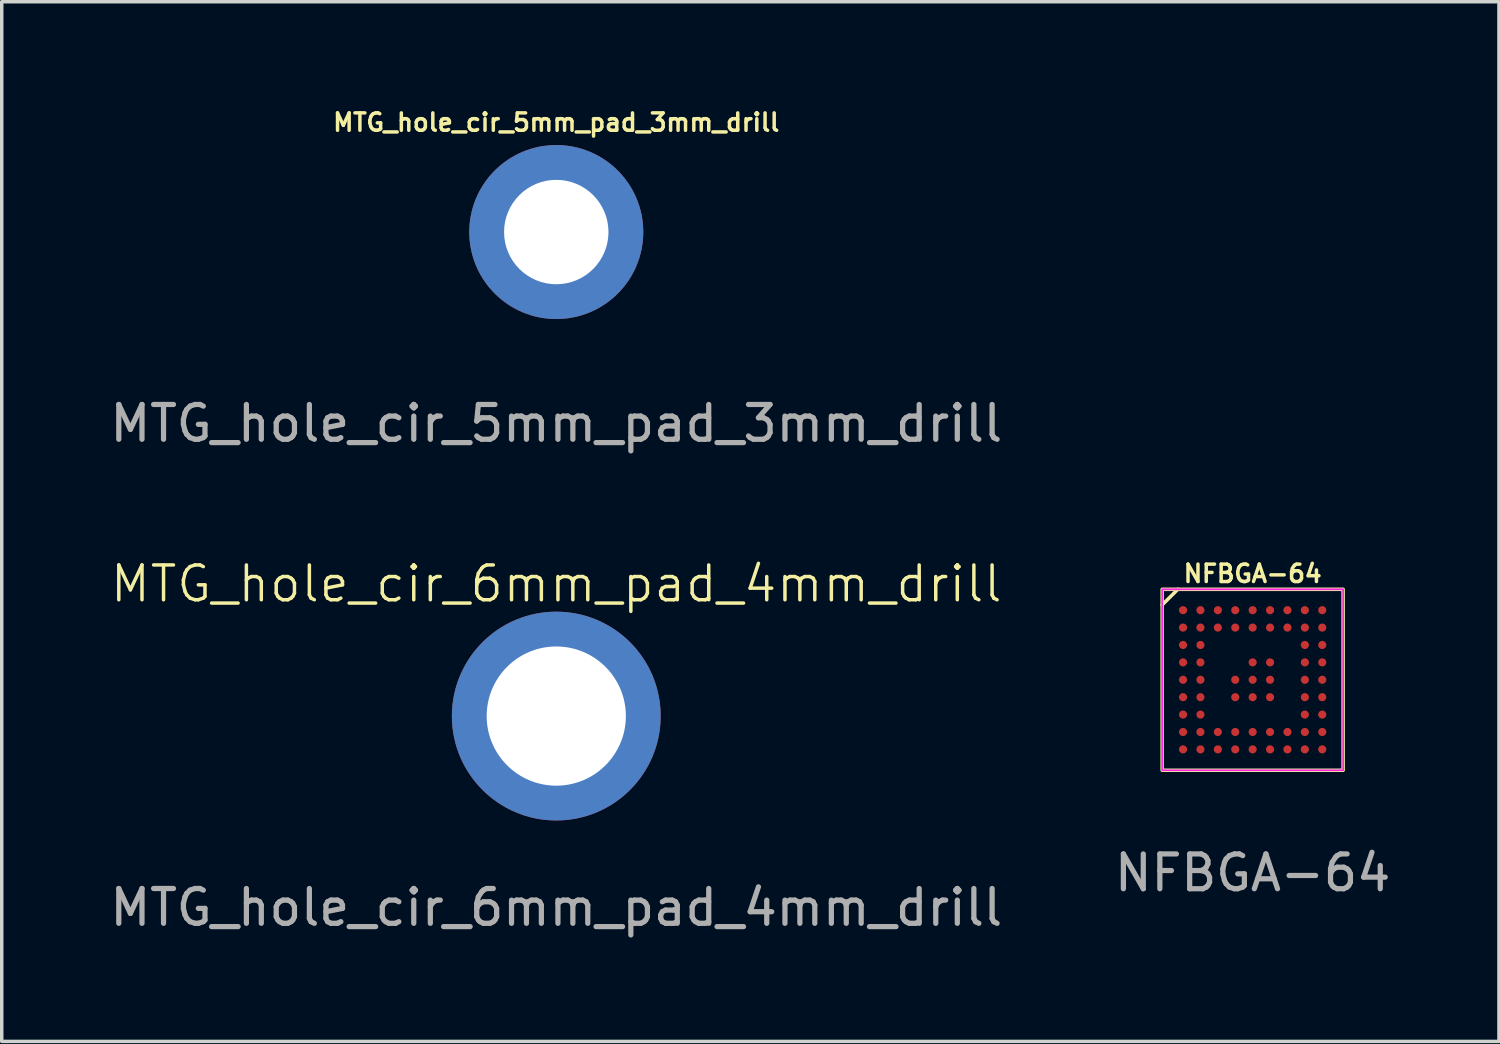
<source format=kicad_pcb>
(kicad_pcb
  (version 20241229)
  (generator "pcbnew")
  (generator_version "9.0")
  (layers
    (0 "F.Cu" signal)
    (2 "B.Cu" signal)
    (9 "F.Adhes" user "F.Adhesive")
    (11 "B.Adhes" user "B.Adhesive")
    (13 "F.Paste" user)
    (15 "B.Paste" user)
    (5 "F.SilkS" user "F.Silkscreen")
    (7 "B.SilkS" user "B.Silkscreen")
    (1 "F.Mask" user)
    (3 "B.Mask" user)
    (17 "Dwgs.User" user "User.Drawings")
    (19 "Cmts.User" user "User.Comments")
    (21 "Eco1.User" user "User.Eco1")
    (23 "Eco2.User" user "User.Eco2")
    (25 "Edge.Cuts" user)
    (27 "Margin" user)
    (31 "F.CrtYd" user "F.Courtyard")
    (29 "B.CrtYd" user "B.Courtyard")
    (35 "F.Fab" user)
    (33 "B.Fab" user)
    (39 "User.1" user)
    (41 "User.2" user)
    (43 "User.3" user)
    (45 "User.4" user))
  (footprint "MTG_hole_cir_5mm_pad_3mm_drill"
    (layer "F.Cu")
    (at 12.935 3.618)
    (property "Reference" "MTG_hole_cir_5mm_pad_3mm_drill" (at 0 -3.15 0) (unlocked yes) (layer "F.SilkS") (effects (font (size 0.5 0.5) (thickness 0.1))))
    (attr smd)
    (fp_text user "${REFERENCE}" (at 0 5.5 0) (unlocked yes) (layer "F.Fab") (effects (font (size 1 1) (thickness 0.15))))
    (pad "1" thru_hole circle (at 0 0) (size 5 5) (drill 3) (layers "*.Cu" "*.Mask")))
  (footprint "NFBGA-64"
    (layer "F.Cu")
    (at 32.946 16.484)
    (property "Reference" "NFBGA-64" (at 0 -3.05 0) (unlocked yes) (layer "F.SilkS") (effects (font (size 0.5 0.5) (thickness 0.1))))
    (attr smd)
    (fp_line (start -2.6 -2.15) (end -2.15 -2.6) (stroke (width 0.1) (type default)) (layer "F.SilkS"))
    (fp_rect (start -2.6 -2.6) (end 2.6 2.6) (stroke (width 0.1) (type default)) (fill no) (layer "F.SilkS"))
    (fp_rect (start -2.125 -2.125) (end -1.875 -1.875) (stroke (width 0.1) (type solid)) (fill yes) (layer "F.Paste"))
    (fp_rect (start -2.125 -1.625) (end -1.875 -1.375) (stroke (width 0.1) (type solid)) (fill yes) (layer "F.Paste"))
    (fp_rect (start -2.125 -1.125) (end -1.875 -0.875) (stroke (width 0.1) (type solid)) (fill yes) (layer "F.Paste"))
    (fp_rect (start -2.125 -0.625) (end -1.875 -0.375) (stroke (width 0.1) (type solid)) (fill yes) (layer "F.Paste"))
    (fp_rect (start -2.125 -0.125) (end -1.875 0.125) (stroke (width 0.1) (type solid)) (fill yes) (layer "F.Paste"))
    (fp_rect (start -2.125 0.375) (end -1.875 0.625) (stroke (width 0.1) (type solid)) (fill yes) (layer "F.Paste"))
    (fp_rect (start -2.125 0.875) (end -1.875 1.125) (stroke (width 0.1) (type solid)) (fill yes) (layer "F.Paste"))
    (fp_rect (start -2.125 1.375) (end -1.875 1.625) (stroke (width 0.1) (type solid)) (fill yes) (layer "F.Paste"))
    (fp_rect (start -2.125 1.875) (end -1.875 2.125) (stroke (width 0.1) (type solid)) (fill yes) (layer "F.Paste"))
    (fp_rect (start -1.625 -2.125) (end -1.375 -1.875) (stroke (width 0.1) (type solid)) (fill yes) (layer "F.Paste"))
    (fp_rect (start -1.625 -1.625) (end -1.375 -1.375) (stroke (width 0.1) (type solid)) (fill yes) (layer "F.Paste"))
    (fp_rect (start -1.625 -1.125) (end -1.375 -0.875) (stroke (width 0.1) (type solid)) (fill yes) (layer "F.Paste"))
    (fp_rect (start -1.625 -0.625) (end -1.375 -0.375) (stroke (width 0.1) (type solid)) (fill yes) (layer "F.Paste"))
    (fp_rect (start -1.625 -0.125) (end -1.375 0.125) (stroke (width 0.1) (type solid)) (fill yes) (layer "F.Paste"))
    (fp_rect (start -1.625 0.375) (end -1.375 0.625) (stroke (width 0.1) (type solid)) (fill yes) (layer "F.Paste"))
    (fp_rect (start -1.625 0.875) (end -1.375 1.125) (stroke (width 0.1) (type solid)) (fill yes) (layer "F.Paste"))
    (fp_rect (start -1.625 1.375) (end -1.375 1.625) (stroke (width 0.1) (type solid)) (fill yes) (layer "F.Paste"))
    (fp_rect (start -1.625 1.875) (end -1.375 2.125) (stroke (width 0.1) (type solid)) (fill yes) (layer "F.Paste"))
    (fp_rect (start -1.125 -2.125) (end -0.875 -1.875) (stroke (width 0.1) (type solid)) (fill yes) (layer "F.Paste"))
    (fp_rect (start -1.125 -1.625) (end -0.875 -1.375) (stroke (width 0.1) (type solid)) (fill yes) (layer "F.Paste"))
    (fp_rect (start -1.125 1.375) (end -0.875 1.625) (stroke (width 0.1) (type solid)) (fill yes) (layer "F.Paste"))
    (fp_rect (start -1.125 1.875) (end -0.875 2.125) (stroke (width 0.1) (type solid)) (fill yes) (layer "F.Paste"))
    (fp_rect (start -0.625 -2.125) (end -0.375 -1.875) (stroke (width 0.1) (type solid)) (fill yes) (layer "F.Paste"))
    (fp_rect (start -0.625 -1.625) (end -0.375 -1.375) (stroke (width 0.1) (type solid)) (fill yes) (layer "F.Paste"))
    (fp_rect (start -0.625 -0.125) (end -0.375 0.125) (stroke (width 0.1) (type solid)) (fill yes) (layer "F.Paste"))
    (fp_rect (start -0.625 0.375) (end -0.375 0.625) (stroke (width 0.1) (type solid)) (fill yes) (layer "F.Paste"))
    (fp_rect (start -0.625 1.375) (end -0.375 1.625) (stroke (width 0.1) (type solid)) (fill yes) (layer "F.Paste"))
    (fp_rect (start -0.625 1.875) (end -0.375 2.125) (stroke (width 0.1) (type solid)) (fill yes) (layer "F.Paste"))
    (fp_rect (start -0.125 -2.125) (end 0.125 -1.875) (stroke (width 0.1) (type solid)) (fill yes) (layer "F.Paste"))
    (fp_rect (start -0.125 -1.625) (end 0.125 -1.375) (stroke (width 0.1) (type solid)) (fill yes) (layer "F.Paste"))
    (fp_rect (start -0.125 -0.625) (end 0.125 -0.375) (stroke (width 0.1) (type solid)) (fill yes) (layer "F.Paste"))
    (fp_rect (start -0.125 -0.125) (end 0.125 0.125) (stroke (width 0.1) (type solid)) (fill yes) (layer "F.Paste"))
    (fp_rect (start -0.125 0.375) (end 0.125 0.625) (stroke (width 0.1) (type solid)) (fill yes) (layer "F.Paste"))
    (fp_rect (start -0.125 1.375) (end 0.125 1.625) (stroke (width 0.1) (type solid)) (fill yes) (layer "F.Paste"))
    (fp_rect (start -0.125 1.875) (end 0.125 2.125) (stroke (width 0.1) (type solid)) (fill yes) (layer "F.Paste"))
    (fp_rect (start 0.375 -2.125) (end 0.625 -1.875) (stroke (width 0.1) (type solid)) (fill yes) (layer "F.Paste"))
    (fp_rect (start 0.375 -1.625) (end 0.625 -1.375) (stroke (width 0.1) (type solid)) (fill yes) (layer "F.Paste"))
    (fp_rect (start 0.375 -0.625) (end 0.625 -0.375) (stroke (width 0.1) (type solid)) (fill yes) (layer "F.Paste"))
    (fp_rect (start 0.375 -0.125) (end 0.625 0.125) (stroke (width 0.1) (type solid)) (fill yes) (layer "F.Paste"))
    (fp_rect (start 0.375 0.375) (end 0.625 0.625) (stroke (width 0.1) (type solid)) (fill yes) (layer "F.Paste"))
    (fp_rect (start 0.375 1.375) (end 0.625 1.625) (stroke (width 0.1) (type solid)) (fill yes) (layer "F.Paste"))
    (fp_rect (start 0.375 1.875) (end 0.625 2.125) (stroke (width 0.1) (type solid)) (fill yes) (layer "F.Paste"))
    (fp_rect (start 0.875 -2.125) (end 1.125 -1.875) (stroke (width 0.1) (type solid)) (fill yes) (layer "F.Paste"))
    (fp_rect (start 0.875 -1.625) (end 1.125 -1.375) (stroke (width 0.1) (type solid)) (fill yes) (layer "F.Paste"))
    (fp_rect (start 0.875 1.375) (end 1.125 1.625) (stroke (width 0.1) (type solid)) (fill yes) (layer "F.Paste"))
    (fp_rect (start 0.875 1.875) (end 1.125 2.125) (stroke (width 0.1) (type solid)) (fill yes) (layer "F.Paste"))
    (fp_rect (start 1.375 -2.125) (end 1.625 -1.875) (stroke (width 0.1) (type solid)) (fill yes) (layer "F.Paste"))
    (fp_rect (start 1.375 -1.625) (end 1.625 -1.375) (stroke (width 0.1) (type solid)) (fill yes) (layer "F.Paste"))
    (fp_rect (start 1.375 -1.125) (end 1.625 -0.875) (stroke (width 0.1) (type solid)) (fill yes) (layer "F.Paste"))
    (fp_rect (start 1.375 -0.625) (end 1.625 -0.375) (stroke (width 0.1) (type solid)) (fill yes) (layer "F.Paste"))
    (fp_rect (start 1.375 -0.125) (end 1.625 0.125) (stroke (width 0.1) (type solid)) (fill yes) (layer "F.Paste"))
    (fp_rect (start 1.375 0.375) (end 1.625 0.625) (stroke (width 0.1) (type solid)) (fill yes) (layer "F.Paste"))
    (fp_rect (start 1.375 0.875) (end 1.625 1.125) (stroke (width 0.1) (type solid)) (fill yes) (layer "F.Paste"))
    (fp_rect (start 1.375 1.375) (end 1.625 1.625) (stroke (width 0.1) (type solid)) (fill yes) (layer "F.Paste"))
    (fp_rect (start 1.375 1.875) (end 1.625 2.125) (stroke (width 0.1) (type solid)) (fill yes) (layer "F.Paste"))
    (fp_rect (start 1.875 -2.125) (end 2.125 -1.875) (stroke (width 0.1) (type solid)) (fill yes) (layer "F.Paste"))
    (fp_rect (start 1.875 -1.625) (end 2.125 -1.375) (stroke (width 0.1) (type solid)) (fill yes) (layer "F.Paste"))
    (fp_rect (start 1.875 -1.125) (end 2.125 -0.875) (stroke (width 0.1) (type solid)) (fill yes) (layer "F.Paste"))
    (fp_rect (start 1.875 -0.625) (end 2.125 -0.375) (stroke (width 0.1) (type solid)) (fill yes) (layer "F.Paste"))
    (fp_rect (start 1.875 -0.125) (end 2.125 0.125) (stroke (width 0.1) (type solid)) (fill yes) (layer "F.Paste"))
    (fp_rect (start 1.875 0.375) (end 2.125 0.625) (stroke (width 0.1) (type solid)) (fill yes) (layer "F.Paste"))
    (fp_rect (start 1.875 0.875) (end 2.125 1.125) (stroke (width 0.1) (type solid)) (fill yes) (layer "F.Paste"))
    (fp_rect (start 1.875 1.375) (end 2.125 1.625) (stroke (width 0.1) (type solid)) (fill yes) (layer "F.Paste"))
    (fp_rect (start 1.875 1.875) (end 2.125 2.125) (stroke (width 0.1) (type solid)) (fill yes) (layer "F.Paste"))
    (fp_rect (start -2.6 -2.6) (end 2.6 2.6) (stroke (width 0.05) (type default)) (fill no) (layer "F.CrtYd"))
    (fp_text user "${REFERENCE}" (at 0 5.55 0) (unlocked yes) (layer "F.Fab") (effects (font (size 1 1) (thickness 0.15))))
    (pad "A1" smd circle (at -2 -2) (size 0.233 0.233) (property pad_prop_bga) (layers "F.Cu" "F.Mask" "F.Paste"))
    (pad "A2" smd circle (at -1.5 -2) (size 0.233 0.233) (property pad_prop_bga) (layers "F.Cu" "F.Mask" "F.Paste"))
    (pad "A3" smd circle (at -1 -2) (size 0.233 0.233) (property pad_prop_bga) (layers "F.Cu" "F.Mask" "F.Paste"))
    (pad "A4" smd circle (at -0.5 -2) (size 0.233 0.233) (property pad_prop_bga) (layers "F.Cu" "F.Mask" "F.Paste"))
    (pad "A5" smd circle (at 0 -2) (size 0.233 0.233) (property pad_prop_bga) (layers "F.Cu" "F.Mask" "F.Paste"))
    (pad "A6" smd circle (at 0.5 -2) (size 0.233 0.233) (property pad_prop_bga) (layers "F.Cu" "F.Mask" "F.Paste"))
    (pad "A7" smd circle (at 1 -2) (size 0.233 0.233) (property pad_prop_bga) (layers "F.Cu" "F.Mask" "F.Paste"))
    (pad "A8" smd circle (at 1.5 -2) (size 0.233 0.233) (property pad_prop_bga) (layers "F.Cu" "F.Mask" "F.Paste"))
    (pad "A9" smd circle (at 2 -2) (size 0.233 0.233) (property pad_prop_bga) (layers "F.Cu" "F.Mask" "F.Paste"))
    (pad "B1" smd circle (at -2 -1.5) (size 0.233 0.233) (property pad_prop_bga) (layers "F.Cu" "F.Mask" "F.Paste"))
    (pad "B2" smd circle (at -1.5 -1.5) (size 0.233 0.233) (property pad_prop_bga) (layers "F.Cu" "F.Mask" "F.Paste"))
    (pad "B3" smd circle (at -1 -1.5) (size 0.233 0.233) (property pad_prop_bga) (layers "F.Cu" "F.Mask" "F.Paste"))
    (pad "B4" smd circle (at -0.5 -1.5) (size 0.233 0.233) (property pad_prop_bga) (layers "F.Cu" "F.Mask" "F.Paste"))
    (pad "B5" smd circle (at 0 -1.5) (size 0.233 0.233) (property pad_prop_bga) (layers "F.Cu" "F.Mask" "F.Paste"))
    (pad "B6" smd circle (at 0.5 -1.5) (size 0.233 0.233) (property pad_prop_bga) (layers "F.Cu" "F.Mask" "F.Paste"))
    (pad "B7" smd circle (at 1 -1.5) (size 0.233 0.233) (property pad_prop_bga) (layers "F.Cu" "F.Mask" "F.Paste"))
    (pad "B8" smd circle (at 1.5 -1.5) (size 0.233 0.233) (property pad_prop_bga) (layers "F.Cu" "F.Mask" "F.Paste"))
    (pad "B9" smd circle (at 2 -1.5) (size 0.233 0.233) (property pad_prop_bga) (layers "F.Cu" "F.Mask" "F.Paste"))
    (pad "C1" smd circle (at -2 -1) (size 0.233 0.233) (property pad_prop_bga) (layers "F.Cu" "F.Mask" "F.Paste"))
    (pad "C2" smd circle (at -1.5 -1) (size 0.233 0.233) (property pad_prop_bga) (layers "F.Cu" "F.Mask" "F.Paste"))
    (pad "C8" smd circle (at 1.5 -1) (size 0.233 0.233) (property pad_prop_bga) (layers "F.Cu" "F.Mask" "F.Paste"))
    (pad "C9" smd circle (at 2 -1) (size 0.233 0.233) (property pad_prop_bga) (layers "F.Cu" "F.Mask" "F.Paste"))
    (pad "D1" smd circle (at -2 -0.5) (size 0.233 0.233) (property pad_prop_bga) (layers "F.Cu" "F.Mask" "F.Paste"))
    (pad "D2" smd circle (at -1.5 -0.5) (size 0.233 0.233) (property pad_prop_bga) (layers "F.Cu" "F.Mask" "F.Paste"))
    (pad "D5" smd circle (at 0 -0.5) (size 0.233 0.233) (property pad_prop_bga) (layers "F.Cu" "F.Mask" "F.Paste"))
    (pad "D6" smd circle (at 0.5 -0.5) (size 0.233 0.233) (property pad_prop_bga) (layers "F.Cu" "F.Mask" "F.Paste"))
    (pad "D8" smd circle (at 1.5 -0.5) (size 0.233 0.233) (property pad_prop_bga) (layers "F.Cu" "F.Mask" "F.Paste"))
    (pad "D9" smd circle (at 2 -0.5) (size 0.233 0.233) (property pad_prop_bga) (layers "F.Cu" "F.Mask" "F.Paste"))
    (pad "E1" smd circle (at -2 0) (size 0.233 0.233) (property pad_prop_bga) (layers "F.Cu" "F.Mask" "F.Paste"))
    (pad "E2" smd circle (at -1.5 0) (size 0.233 0.233) (property pad_prop_bga) (layers "F.Cu" "F.Mask" "F.Paste"))
    (pad "E4" smd circle (at -0.5 0) (size 0.233 0.233) (property pad_prop_bga) (layers "F.Cu" "F.Mask" "F.Paste"))
    (pad "E5" smd circle (at 0 0) (size 0.233 0.233) (property pad_prop_bga) (layers "F.Cu" "F.Mask" "F.Paste"))
    (pad "E6" smd circle (at 0.5 0) (size 0.233 0.233) (property pad_prop_bga) (layers "F.Cu" "F.Mask" "F.Paste"))
    (pad "E8" smd circle (at 1.5 0) (size 0.233 0.233) (property pad_prop_bga) (layers "F.Cu" "F.Mask" "F.Paste"))
    (pad "E9" smd circle (at 2 0) (size 0.233 0.233) (property pad_prop_bga) (layers "F.Cu" "F.Mask" "F.Paste"))
    (pad "F1" smd circle (at -2 0.5) (size 0.233 0.233) (property pad_prop_bga) (layers "F.Cu" "F.Mask" "F.Paste"))
    (pad "F2" smd circle (at -1.5 0.5) (size 0.233 0.233) (property pad_prop_bga) (layers "F.Cu" "F.Mask" "F.Paste"))
    (pad "F4" smd circle (at -0.5 0.5) (size 0.233 0.233) (property pad_prop_bga) (layers "F.Cu" "F.Mask" "F.Paste"))
    (pad "F5" smd circle (at 0 0.5) (size 0.233 0.233) (property pad_prop_bga) (layers "F.Cu" "F.Mask" "F.Paste"))
    (pad "F6" smd circle (at 0.5 0.5) (size 0.233 0.233) (property pad_prop_bga) (layers "F.Cu" "F.Mask" "F.Paste"))
    (pad "F8" smd circle (at 1.5 0.5) (size 0.233 0.233) (property pad_prop_bga) (layers "F.Cu" "F.Mask" "F.Paste"))
    (pad "F9" smd circle (at 2 0.5) (size 0.233 0.233) (property pad_prop_bga) (layers "F.Cu" "F.Mask" "F.Paste"))
    (pad "G1" smd circle (at -2 1) (size 0.233 0.233) (property pad_prop_bga) (layers "F.Cu" "F.Mask" "F.Paste"))
    (pad "G2" smd circle (at -1.5 1) (size 0.233 0.233) (property pad_prop_bga) (layers "F.Cu" "F.Mask" "F.Paste"))
    (pad "G8" smd circle (at 1.5 1) (size 0.233 0.233) (property pad_prop_bga) (layers "F.Cu" "F.Mask" "F.Paste"))
    (pad "G9" smd circle (at 2 1) (size 0.233 0.233) (property pad_prop_bga) (layers "F.Cu" "F.Mask" "F.Paste"))
    (pad "H1" smd circle (at -2 1.5) (size 0.233 0.233) (property pad_prop_bga) (layers "F.Cu" "F.Mask" "F.Paste"))
    (pad "H2" smd circle (at -1.5 1.5) (size 0.233 0.233) (property pad_prop_bga) (layers "F.Cu" "F.Mask" "F.Paste"))
    (pad "H3" smd circle (at -1 1.5) (size 0.233 0.233) (property pad_prop_bga) (layers "F.Cu" "F.Mask" "F.Paste"))
    (pad "H4" smd circle (at -0.5 1.5) (size 0.233 0.233) (property pad_prop_bga) (layers "F.Cu" "F.Mask" "F.Paste"))
    (pad "H5" smd circle (at 0 1.5) (size 0.233 0.233) (property pad_prop_bga) (layers "F.Cu" "F.Mask" "F.Paste"))
    (pad "H6" smd circle (at 0.5 1.5) (size 0.233 0.233) (property pad_prop_bga) (layers "F.Cu" "F.Mask" "F.Paste"))
    (pad "H7" smd circle (at 1 1.5) (size 0.233 0.233) (property pad_prop_bga) (layers "F.Cu" "F.Mask" "F.Paste"))
    (pad "H8" smd circle (at 1.5 1.5) (size 0.233 0.233) (property pad_prop_bga) (layers "F.Cu" "F.Mask" "F.Paste"))
    (pad "H9" smd circle (at 2 1.5) (size 0.233 0.233) (property pad_prop_bga) (layers "F.Cu" "F.Mask" "F.Paste"))
    (pad "J1" smd circle (at -2 2) (size 0.233 0.233) (property pad_prop_bga) (layers "F.Cu" "F.Mask" "F.Paste"))
    (pad "J2" smd circle (at -1.5 2) (size 0.233 0.233) (property pad_prop_bga) (layers "F.Cu" "F.Mask" "F.Paste"))
    (pad "J3" smd circle (at -1 2) (size 0.233 0.233) (property pad_prop_bga) (layers "F.Cu" "F.Mask" "F.Paste"))
    (pad "J4" smd circle (at -0.5 2) (size 0.233 0.233) (property pad_prop_bga) (layers "F.Cu" "F.Mask" "F.Paste"))
    (pad "J5" smd circle (at 0 2) (size 0.233 0.233) (property pad_prop_bga) (layers "F.Cu" "F.Mask" "F.Paste"))
    (pad "J6" smd circle (at 0.5 2) (size 0.233 0.233) (property pad_prop_bga) (layers "F.Cu" "F.Mask" "F.Paste"))
    (pad "J7" smd circle (at 1 2) (size 0.233 0.233) (property pad_prop_bga) (layers "F.Cu" "F.Mask" "F.Paste"))
    (pad "J8" smd circle (at 1.5 2) (size 0.233 0.233) (property pad_prop_bga) (layers "F.Cu" "F.Mask" "F.Paste"))
    (pad "J9" smd circle (at 2 2) (size 0.233 0.233) (property pad_prop_bga) (layers "F.Cu" "F.Mask" "F.Paste")))
  (footprint "MTG_hole_cir_6mm_pad_4mm_drill"
    (layer "F.Cu")
    (at 12.935 17.527)
    (property "Reference" "MTG_hole_cir_6mm_pad_4mm_drill" (at 0 -3.8 0) (unlocked yes) (layer "F.SilkS") (effects (font (size 1 1) (thickness 0.1))))
    (attr smd)
    (fp_text user "${REFERENCE}" (at 0 5.5 0) (unlocked yes) (layer "F.Fab") (effects (font (size 1 1) (thickness 0.15))))
    (pad "1" thru_hole circle (at 0 0) (size 6 6) (drill 4) (layers "*.Cu" "*.Mask")))
  (gr_rect
    (start -3 -3)
    (end 40.024 26.875)
    (stroke (width 0.1) (type default))
    (fill no)
    (layer "Edge.Cuts")))
</source>
